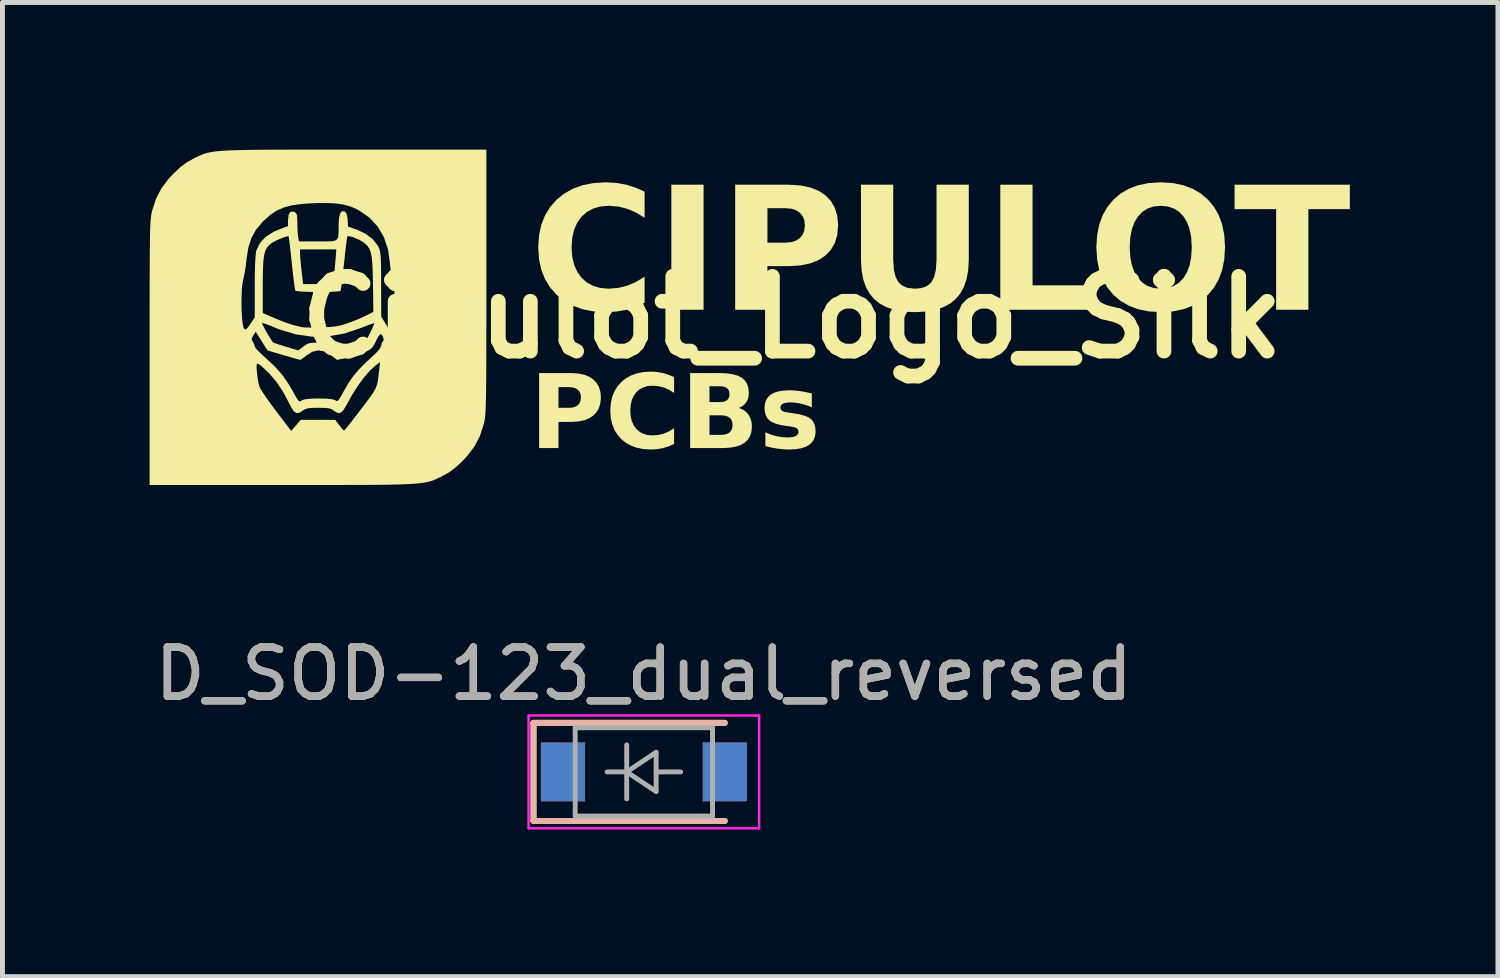
<source format=kicad_pcb>
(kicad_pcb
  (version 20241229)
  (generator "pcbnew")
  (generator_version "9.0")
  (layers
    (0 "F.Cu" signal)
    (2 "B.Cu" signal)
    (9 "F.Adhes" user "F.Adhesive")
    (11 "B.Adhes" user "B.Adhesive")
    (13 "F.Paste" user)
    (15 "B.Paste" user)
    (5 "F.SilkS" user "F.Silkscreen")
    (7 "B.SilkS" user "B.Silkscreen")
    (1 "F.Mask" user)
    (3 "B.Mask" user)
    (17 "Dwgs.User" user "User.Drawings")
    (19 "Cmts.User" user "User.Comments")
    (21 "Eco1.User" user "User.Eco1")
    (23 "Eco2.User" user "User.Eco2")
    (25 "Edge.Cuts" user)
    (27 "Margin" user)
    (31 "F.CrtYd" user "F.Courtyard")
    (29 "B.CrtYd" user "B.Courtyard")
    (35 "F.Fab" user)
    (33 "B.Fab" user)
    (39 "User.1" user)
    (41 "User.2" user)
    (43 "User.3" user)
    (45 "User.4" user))
  (footprint "Cipulot_Logo_Silk"
    (layer "F.Cu")
    (at 13.097 3.419)
    (property "Reference" "Cipulot_Logo_Silk" (at 0 0 0) (layer "F.SilkS") (effects (font (size 1.524 1.524) (thickness 0.3))))
    (attr board_only exclude_from_pos_files exclude_from_bom)
    (fp_poly (pts (xy -6.231 -0.723) (xy -6.231 -0.28) (xy -6.231 0.112) (xy -6.232 0.456) (xy -6.232 0.757) (xy -6.233 1.017) (xy -6.234 1.239) (xy -6.236 1.428) (xy -6.238 1.586) (xy -6.241 1.717) (xy -6.244 1.824) (xy -6.248 1.911) (xy -6.252 1.982) (xy -6.258 2.038) (xy -6.264 2.085) (xy -6.271 2.124) (xy -6.28 2.161) (xy -6.285 2.182) (xy -6.362 2.418) (xy -6.469 2.625) (xy -6.615 2.82) (xy -6.719 2.932) (xy -6.863 3.065) (xy -6.999 3.165) (xy -7.127 3.236) (xy -7.185 3.265) (xy -7.238 3.29) (xy -7.289 3.313) (xy -7.341 3.333) (xy -7.397 3.35) (xy -7.462 3.365) (xy -7.538 3.377) (xy -7.629 3.388) (xy -7.738 3.396) (xy -7.869 3.403) (xy -8.024 3.408) (xy -8.208 3.412) (xy -8.424 3.415) (xy -8.675 3.417) (xy -8.964 3.418) (xy -9.296 3.419) (xy -9.673 3.419) (xy -10.099 3.419) (xy -10.39 3.419) (xy -13.097 3.419) (xy -13.097 1.019) (xy -10.917 1.019) (xy -10.909 1.115) (xy -10.909 1.118) (xy -10.896 1.232) (xy -10.878 1.338) (xy -10.859 1.411) (xy -10.833 1.463) (xy -10.779 1.548) (xy -10.703 1.659) (xy -10.612 1.786) (xy -10.519 1.911) (xy -10.211 2.316) (xy -10.113 2.203) (xy -10.015 2.09) (xy -9.663 2.09) (xy -9.311 2.091) (xy -9.231 2.199) (xy -9.182 2.261) (xy -9.144 2.3) (xy -9.133 2.307) (xy -9.111 2.286) (xy -9.063 2.228) (xy -8.992 2.14) (xy -8.905 2.028) (xy -8.806 1.899) (xy -8.787 1.875) (xy -8.677 1.729) (xy -8.594 1.617) (xy -8.534 1.529) (xy -8.492 1.455) (xy -8.465 1.385) (xy -8.446 1.309) (xy -8.433 1.217) (xy -8.42 1.099) (xy -8.415 1.06) (xy -8.399 0.913) (xy -8.489 0.982) (xy -8.605 1.087) (xy -8.73 1.231) (xy -8.855 1.402) (xy -8.971 1.586) (xy -9.022 1.679) (xy -9.094 1.811) (xy -9.15 1.898) (xy -9.199 1.944) (xy -9.246 1.954) (xy -9.298 1.933) (xy -9.345 1.9) (xy -9.388 1.872) (xy -9.444 1.856) (xy -9.526 1.848) (xy -9.647 1.845) (xy -9.657 1.845) (xy -9.781 1.847) (xy -9.865 1.855) (xy -9.922 1.871) (xy -9.966 1.897) (xy -9.969 1.9) (xy -10.041 1.946) (xy -10.1 1.954) (xy -10.153 1.92) (xy -10.207 1.841) (xy -10.249 1.759) (xy -10.377 1.517) (xy -10.511 1.316) (xy -10.658 1.146) (xy -10.69 1.114) (xy -10.79 1.019) (xy -10.857 0.962) (xy -10.896 0.943) (xy -10.914 0.962) (xy -10.917 1.019) (xy -13.097 1.019) (xy -13.097 0.723) (xy -13.097 0.426) (xy -11.013 0.426) (xy -11.011 0.467) (xy -10.992 0.499) (xy -10.961 0.559) (xy -10.953 0.596) (xy -10.933 0.63) (xy -10.88 0.689) (xy -10.802 0.764) (xy -10.729 0.83) (xy -10.54 1.006) (xy -10.386 1.182) (xy -10.252 1.377) (xy -10.166 1.526) (xy -10.111 1.626) (xy -10.074 1.686) (xy -10.047 1.712) (xy -10.023 1.713) (xy -9.995 1.696) (xy -9.947 1.676) (xy -9.869 1.663) (xy -9.751 1.656) (xy -9.65 1.655) (xy -9.496 1.658) (xy -9.391 1.668) (xy -9.326 1.684) (xy -9.31 1.693) (xy -9.285 1.708) (xy -9.261 1.703) (xy -9.233 1.672) (xy -9.193 1.607) (xy -9.136 1.502) (xy -9.043 1.341) (xy -8.946 1.201) (xy -8.834 1.068) (xy -8.696 0.928) (xy -8.587 0.828) (xy -8.47 0.717) (xy -8.4 0.634) (xy -8.375 0.58) (xy -8.375 0.578) (xy -8.364 0.524) (xy -8.348 0.502) (xy -8.322 0.459) (xy -8.341 0.394) (xy -8.358 0.366) (xy -8.38 0.343) (xy -8.4 0.346) (xy -8.427 0.381) (xy -8.468 0.457) (xy -8.481 0.484) (xy -8.518 0.556) (xy -8.552 0.609) (xy -8.592 0.649) (xy -8.648 0.681) (xy -8.728 0.713) (xy -8.844 0.748) (xy -8.979 0.787) (xy -9.271 0.87) (xy -9.397 0.774) (xy -9.529 0.697) (xy -9.655 0.674) (xy -9.78 0.703) (xy -9.892 0.774) (xy -9.959 0.825) (xy -10.007 0.86) (xy -10.022 0.868) (xy -10.053 0.861) (xy -10.123 0.842) (xy -10.219 0.815) (xy -10.331 0.783) (xy -10.445 0.749) (xy -10.551 0.718) (xy -10.635 0.693) (xy -10.686 0.676) (xy -10.696 0.672) (xy -10.712 0.647) (xy -10.749 0.588) (xy -10.801 0.505) (xy -10.817 0.48) (xy -10.933 0.295) (xy -10.982 0.369) (xy -11.013 0.426) (xy -13.097 0.426) (xy -13.097 0.28) (xy -13.097 -0.112) (xy -13.097 -0.282) (xy -11.224 -0.282) (xy -11.221 -0.132) (xy -11.213 0.006) (xy -11.201 0.12) (xy -11.186 0.2) (xy -11.173 0.227) (xy -11.149 0.248) (xy -11.125 0.242) (xy -11.09 0.203) (xy -11.044 0.137) (xy -11.03 0.116) (xy -10.806 0.116) (xy -10.798 0.142) (xy -10.769 0.201) (xy -10.724 0.282) (xy -10.672 0.372) (xy -10.618 0.458) (xy -10.583 0.511) (xy -10.556 0.523) (xy -10.489 0.546) (xy -10.392 0.576) (xy -10.324 0.597) (xy -10.216 0.63) (xy -10.13 0.656) (xy -10.078 0.672) (xy -10.068 0.676) (xy -10.047 0.662) (xy -9.997 0.624) (xy -9.963 0.597) (xy -9.907 0.556) (xy -9.856 0.532) (xy -9.792 0.52) (xy -9.699 0.516) (xy -9.64 0.516) (xy -9.527 0.518) (xy -9.452 0.526) (xy -9.398 0.544) (xy -9.349 0.577) (xy -9.326 0.595) (xy -9.258 0.643) (xy -9.205 0.657) (xy -9.164 0.65) (xy -9.103 0.631) (xy -9.01 0.603) (xy -8.904 0.572) (xy -8.897 0.57) (xy -8.7 0.513) (xy -8.604 0.322) (xy -8.56 0.231) (xy -8.529 0.161) (xy -8.517 0.123) (xy -8.517 0.12) (xy -8.545 0.126) (xy -8.611 0.149) (xy -8.706 0.185) (xy -8.787 0.217) (xy -9.123 0.33) (xy -9.456 0.389) (xy -9.787 0.395) (xy -10.119 0.347) (xy -10.456 0.245) (xy -10.568 0.199) (xy -10.669 0.158) (xy -10.749 0.129) (xy -10.798 0.115) (xy -10.806 0.116) (xy -11.03 0.116) (xy -10.953 0.002) (xy -10.953 -0.087) (xy -10.79 -0.087) (xy -10.539 0.021) (xy -10.417 0.071) (xy -10.297 0.116) (xy -10.2 0.149) (xy -10.166 0.158) (xy -10.079 0.18) (xy -10.007 0.197) (xy -9.99 0.201) (xy -9.942 0.206) (xy -9.853 0.208) (xy -9.736 0.208) (xy -9.61 0.206) (xy -9.448 0.199) (xy -9.323 0.188) (xy -9.216 0.168) (xy -9.108 0.137) (xy -9.073 0.126) (xy -8.945 0.079) (xy -8.811 0.024) (xy -8.7 -0.028) (xy -8.698 -0.028) (xy -8.535 -0.111) (xy -8.543 -0.686) (xy -8.548 -0.907) (xy -8.555 -1.08) (xy -8.567 -1.213) (xy -8.586 -1.315) (xy -8.613 -1.392) (xy -8.651 -1.451) (xy -8.701 -1.5) (xy -8.755 -1.54) (xy -8.824 -1.58) (xy -8.906 -1.616) (xy -8.985 -1.644) (xy -9.044 -1.656) (xy -9.065 -1.653) (xy -9.071 -1.624) (xy -9.081 -1.549) (xy -9.095 -1.437) (xy -9.112 -1.295) (xy -9.129 -1.133) (xy -9.133 -1.103) (xy -9.151 -0.937) (xy -9.168 -0.79) (xy -9.183 -0.669) (xy -9.195 -0.583) (xy -9.204 -0.542) (xy -9.204 -0.54) (xy -9.236 -0.531) (xy -9.311 -0.524) (xy -9.418 -0.519) (xy -9.546 -0.516) (xy -9.683 -0.516) (xy -9.819 -0.518) (xy -9.942 -0.522) (xy -10.042 -0.528) (xy -10.107 -0.536) (xy -10.126 -0.543) (xy -10.134 -0.578) (xy -10.146 -0.657) (xy -10.161 -0.774) (xy -10.178 -0.918) (xy -10.196 -1.082) (xy -10.198 -1.106) (xy -10.216 -1.271) (xy -10.219 -1.304) (xy -10.03 -1.304) (xy -10.027 -1.242) (xy -10.019 -1.143) (xy -10.007 -1.023) (xy -9.999 -0.951) (xy -9.968 -0.678) (xy -9.359 -0.678) (xy -9.343 -0.807) (xy -9.332 -0.898) (xy -9.32 -1.019) (xy -9.309 -1.146) (xy -9.308 -1.16) (xy -9.29 -1.384) (xy -10.03 -1.384) (xy -10.03 -1.304) (xy -10.219 -1.304) (xy -10.232 -1.416) (xy -10.246 -1.533) (xy -10.257 -1.614) (xy -10.263 -1.651) (xy -10.264 -1.652) (xy -10.294 -1.651) (xy -10.358 -1.631) (xy -10.439 -1.599) (xy -10.522 -1.561) (xy -10.592 -1.524) (xy -10.61 -1.512) (xy -10.665 -1.468) (xy -10.707 -1.417) (xy -10.739 -1.353) (xy -10.762 -1.268) (xy -10.776 -1.155) (xy -10.785 -1.007) (xy -10.789 -0.816) (xy -10.79 -0.661) (xy -10.79 -0.087) (xy -10.953 -0.087) (xy -10.953 -0.627) (xy -10.952 -0.867) (xy -10.947 -1.065) (xy -10.939 -1.218) (xy -10.929 -1.322) (xy -10.921 -1.362) (xy -10.849 -1.512) (xy -10.729 -1.641) (xy -10.568 -1.744) (xy -10.477 -1.783) (xy -10.275 -1.859) (xy -10.275 -1.984) (xy -10.263 -2.09) (xy -10.229 -2.148) (xy -10.174 -2.158) (xy -10.141 -2.145) (xy -10.111 -2.122) (xy -10.094 -2.085) (xy -10.087 -2.02) (xy -10.085 -1.916) (xy -10.082 -1.803) (xy -10.076 -1.701) (xy -10.068 -1.632) (xy -10.051 -1.547) (xy -9.664 -1.547) (xy -9.505 -1.547) (xy -9.392 -1.55) (xy -9.317 -1.563) (xy -9.273 -1.592) (xy -9.251 -1.642) (xy -9.244 -1.722) (xy -9.244 -1.835) (xy -9.244 -1.874) (xy -9.236 -2.021) (xy -9.213 -2.118) (xy -9.175 -2.164) (xy -9.122 -2.158) (xy -9.116 -2.155) (xy -9.081 -2.111) (xy -9.062 -2.027) (xy -9.059 -1.987) (xy -9.051 -1.85) (xy -8.874 -1.788) (xy -8.698 -1.706) (xy -8.554 -1.598) (xy -8.451 -1.472) (xy -8.426 -1.426) (xy -8.41 -1.385) (xy -8.398 -1.338) (xy -8.389 -1.276) (xy -8.383 -1.192) (xy -8.379 -1.079) (xy -8.377 -0.929) (xy -8.376 -0.735) (xy -8.376 -0.666) (xy -8.375 -0.016) (xy -8.288 0.128) (xy -8.24 0.203) (xy -8.201 0.255) (xy -8.182 0.271) (xy -8.158 0.246) (xy -8.138 0.176) (xy -8.122 0.072) (xy -8.11 -0.056) (xy -8.103 -0.198) (xy -8.101 -0.345) (xy -8.104 -0.486) (xy -8.114 -0.611) (xy -8.13 -0.711) (xy -8.142 -0.752) (xy -8.161 -0.827) (xy -8.179 -0.936) (xy -8.193 -1.06) (xy -8.196 -1.099) (xy -8.236 -1.381) (xy -8.319 -1.63) (xy -8.444 -1.846) (xy -8.611 -2.028) (xy -8.819 -2.174) (xy -8.878 -2.206) (xy -9.004 -2.26) (xy -9.138 -2.297) (xy -9.292 -2.32) (xy -9.476 -2.33) (xy -9.7 -2.328) (xy -9.753 -2.326) (xy -9.995 -2.311) (xy -10.194 -2.283) (xy -10.361 -2.239) (xy -10.504 -2.176) (xy -10.636 -2.088) (xy -10.766 -1.973) (xy -10.793 -1.946) (xy -10.926 -1.787) (xy -11.022 -1.616) (xy -11.084 -1.42) (xy -11.12 -1.191) (xy -11.135 -1.055) (xy -11.156 -0.922) (xy -11.177 -0.814) (xy -11.188 -0.772) (xy -11.204 -0.689) (xy -11.216 -0.572) (xy -11.222 -0.432) (xy -11.224 -0.282) (xy -13.097 -0.282) (xy -13.096 -0.456) (xy -13.096 -0.757) (xy -13.095 -1.017) (xy -13.094 -1.239) (xy -13.092 -1.428) (xy -13.09 -1.586) (xy -13.088 -1.717) (xy -13.084 -1.824) (xy -13.08 -1.911) (xy -13.076 -1.982) (xy -13.07 -2.038) (xy -13.064 -2.085) (xy -13.057 -2.124) (xy -13.049 -2.161) (xy -13.043 -2.182) (xy -12.966 -2.418) (xy -12.859 -2.625) (xy -12.713 -2.82) (xy -12.609 -2.932) (xy -12.465 -3.065) (xy -12.329 -3.165) (xy -12.201 -3.236) (xy -12.143 -3.265) (xy -12.09 -3.29) (xy -12.039 -3.313) (xy -11.987 -3.333) (xy -11.931 -3.35) (xy -11.866 -3.365) (xy -11.79 -3.377) (xy -11.699 -3.388) (xy -11.59 -3.396) (xy -11.46 -3.403) (xy -11.304 -3.408) (xy -11.12 -3.412) (xy -10.904 -3.415) (xy -10.653 -3.417) (xy -10.364 -3.418) (xy -10.032 -3.419) (xy -9.655 -3.419) (xy -9.23 -3.419) (xy -8.938 -3.419) (xy -6.231 -3.419)) (stroke (width 0) (type solid)) (fill yes) (layer "F.SilkS"))
    (fp_text user "CIPULOT" (at -5.348 -1.191 0) (unlocked yes) (layer "F.SilkS") (effects (font (face "Plavsky") (size 2.5 2.5) (thickness 0.2) (bold yes) (italic yes)) (justify left)))
    (fp_text user "PCBs" (at -5.348 2.044 0) (unlocked yes) (layer "F.SilkS") (effects (font (face "Plavsky") (size 1.5 1.5) (thickness 0.2) (bold yes) (italic yes)) (justify left))))
  (footprint "D_SOD-123_dual_reversed"
    (layer "F.Cu")
    (at 10.077 12.687)
    (property "Reference" "D_SOD-123_dual_reversed" (at 0 -2 0) (layer "F.SilkS") (effects (font (size 1 1) (thickness 0.15))))
    (attr smd)
    (fp_line (start -2.25 -1) (end -2.25 1) (stroke (width 0.12) (type solid)) (layer "F.SilkS"))
    (fp_line (start -2.25 -1) (end 1.65 -1) (stroke (width 0.12) (type solid)) (layer "F.SilkS"))
    (fp_line (start -2.25 1) (end 1.65 1) (stroke (width 0.12) (type solid)) (layer "F.SilkS"))
    (fp_line (start -2.25 -1) (end -2.25 1) (stroke (width 0.12) (type solid)) (layer "B.SilkS"))
    (fp_line (start -2.25 -1) (end 1.65 -1) (stroke (width 0.12) (type solid)) (layer "B.SilkS"))
    (fp_line (start -2.25 1) (end 1.65 1) (stroke (width 0.12) (type solid)) (layer "B.SilkS"))
    (fp_line (start -2.35 -1.15) (end -2.35 1.15) (stroke (width 0.05) (type solid)) (layer "F.CrtYd"))
    (fp_line (start -2.35 -1.15) (end 2.35 -1.15) (stroke (width 0.05) (type solid)) (layer "F.CrtYd"))
    (fp_line (start 2.35 -1.15) (end 2.35 1.15) (stroke (width 0.05) (type solid)) (layer "F.CrtYd"))
    (fp_line (start 2.35 1.15) (end -2.35 1.15) (stroke (width 0.05) (type solid)) (layer "F.CrtYd"))
    (fp_line (start -1.4 -0.9) (end 1.4 -0.9) (stroke (width 0.1) (type solid)) (layer "F.Fab"))
    (fp_line (start -1.4 0.9) (end -1.4 -0.9) (stroke (width 0.1) (type solid)) (layer "F.Fab"))
    (fp_line (start -0.75 0) (end -0.35 0) (stroke (width 0.1) (type solid)) (layer "F.Fab"))
    (fp_line (start -0.35 0) (end -0.35 -0.55) (stroke (width 0.1) (type solid)) (layer "F.Fab"))
    (fp_line (start -0.35 0) (end -0.35 0.55) (stroke (width 0.1) (type solid)) (layer "F.Fab"))
    (fp_line (start -0.35 0) (end 0.25 -0.4) (stroke (width 0.1) (type solid)) (layer "F.Fab"))
    (fp_line (start 0.25 -0.4) (end 0.25 0.4) (stroke (width 0.1) (type solid)) (layer "F.Fab"))
    (fp_line (start 0.25 0) (end 0.75 0) (stroke (width 0.1) (type solid)) (layer "F.Fab"))
    (fp_line (start 0.25 0.4) (end -0.35 0) (stroke (width 0.1) (type solid)) (layer "F.Fab"))
    (fp_line (start 1.4 -0.9) (end 1.4 0.9) (stroke (width 0.1) (type solid)) (layer "F.Fab"))
    (fp_line (start 1.4 0.9) (end -1.4 0.9) (stroke (width 0.1) (type solid)) (layer "F.Fab"))
    (fp_text user "${REFERENCE}" (at 0 -2 0) (layer "F.Fab") (effects (font (size 1 1) (thickness 0.15))))
    (pad "1" smd rect (at -1.65 0) (size 0.9 1.2) (layers "F.Cu" "F.Mask" "F.Paste"))
    (pad "1" smd rect (at -1.65 0) (size 0.9 1.2) (layers "B.Cu" "B.Mask" "B.Paste"))
    (pad "2" smd rect (at 1.65 0) (size 0.9 1.2) (layers "F.Cu" "F.Mask" "F.Paste"))
    (pad "2" smd rect (at 1.65 0) (size 0.9 1.2) (layers "B.Cu" "B.Mask" "B.Paste")))
  (gr_rect
    (start -3 -3)
    (end 27.49 16.862)
    (stroke (width 0.1) (type default))
    (fill no)
    (layer "Edge.Cuts")))
</source>
